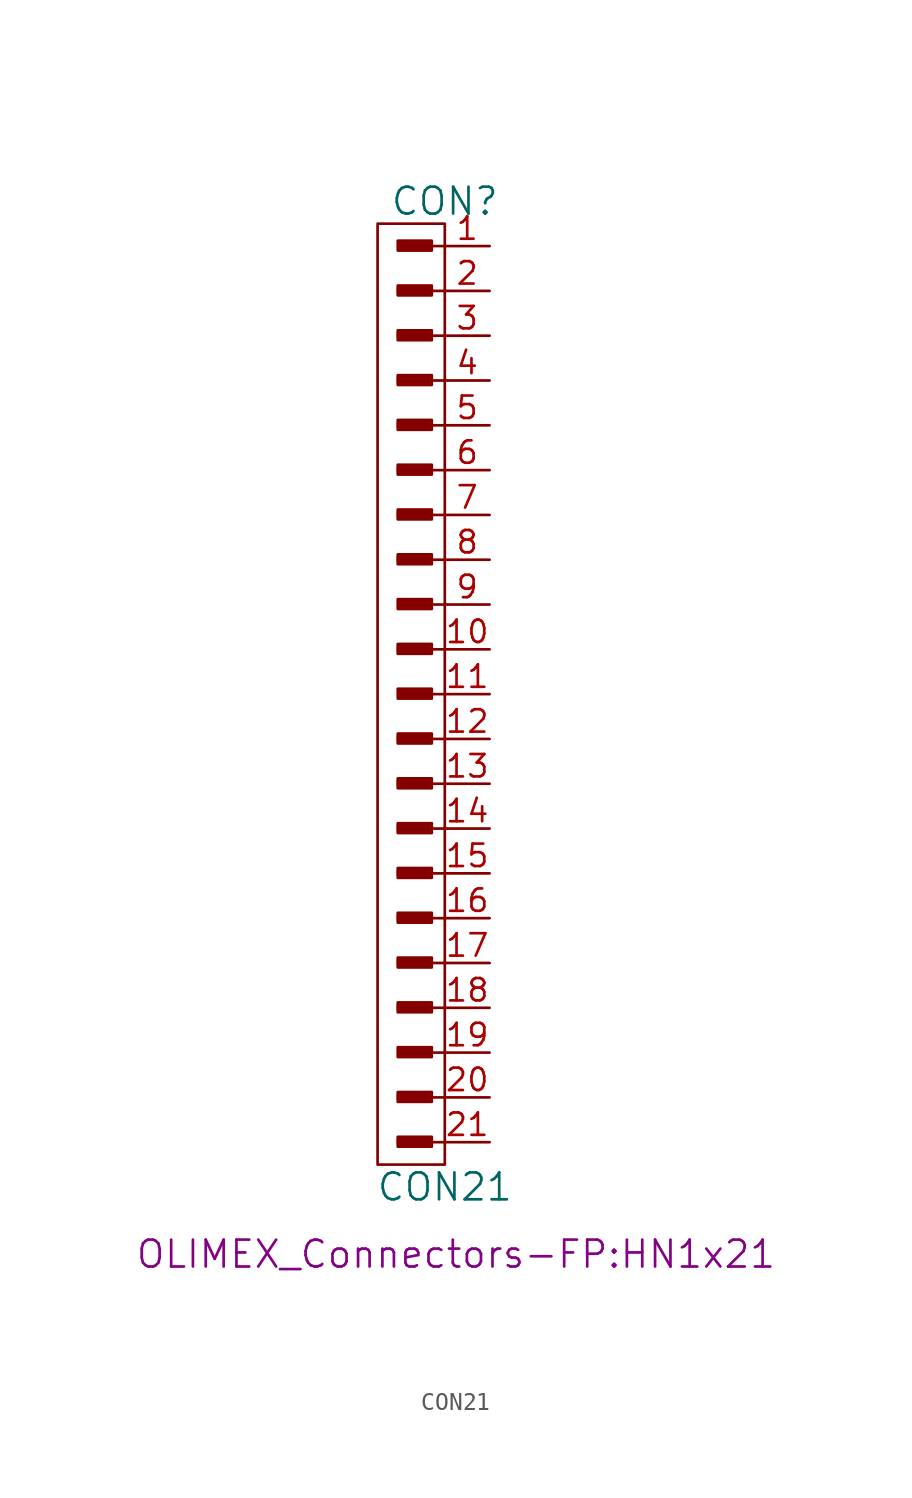
<source format=kicad_sym>
(kicad_symbol_lib
  (version 20220914)
  (generator kicad_symbol_editor)
  (symbol "CON21"
    (pin_names
      (offset 1.016))
    (property "Reference" "CON"
      (at 0 27.94 0)
      (effects (font (size 1.524 1.524))))
    (property "Value" "CON21"
      (at 0 -27.94 0)
      (effects (font (size 1.524 1.524))))
    (property "Footprint" "OLIMEX_Connectors-FP:HN1x21"
      (at 0.635 -31.75 0)
      (effects (font (size 1.524 1.524))))
    (property "Datasheet" ""
      (at -1.905 24.13 0)
      (effects (font (size 1.524 1.524))))
    (symbol "CON21_0_0"
      (rectangle (start -2.642 -25.552) (end -0.864 -25.197) (stroke (width 0) (type solid)) (fill (type none)))
      (rectangle (start -2.642 -23.012) (end -0.864 -22.657) (stroke (width 0) (type solid)) (fill (type none)))
      (rectangle (start -2.642 -17.932) (end -0.864 -17.577) (stroke (width 0) (type solid)) (fill (type none)))
      (rectangle (start -2.642 -15.392) (end -0.864 -15.037) (stroke (width 0) (type solid)) (fill (type none)))
      (rectangle (start -2.642 -12.852) (end -0.864 -12.497) (stroke (width 0) (type solid)) (fill (type none)))
      (rectangle (start -2.642 -10.312) (end -0.864 -9.957) (stroke (width 0) (type solid)) (fill (type none)))
      (rectangle (start -2.642 -7.772) (end -0.864 -7.417) (stroke (width 0) (type solid)) (fill (type none)))
      (rectangle (start -2.642 -5.232) (end -0.864 -4.877) (stroke (width 0) (type solid)) (fill (type none)))
      (rectangle (start -2.642 -2.692) (end -0.864 -2.337) (stroke (width 0) (type solid)) (fill (type none)))
      (rectangle (start -2.642 2.388) (end -0.864 2.743) (stroke (width 0) (type solid)) (fill (type none)))
      (rectangle (start -2.642 7.468) (end -0.864 7.823) (stroke (width 0) (type solid)) (fill (type none)))
      (rectangle (start -2.642 10.008) (end -0.864 10.363) (stroke (width 0) (type solid)) (fill (type none)))
      (rectangle (start -2.642 12.548) (end -0.864 12.903) (stroke (width 0) (type solid)) (fill (type none)))
      (rectangle (start -2.642 15.088) (end -0.864 15.443) (stroke (width 0) (type solid)) (fill (type none)))
      (rectangle (start -2.642 17.628) (end -0.864 17.983) (stroke (width 0) (type solid)) (fill (type none)))
      (rectangle (start -2.642 20.168) (end -0.864 20.523) (stroke (width 0) (type solid)) (fill (type none)))
      (rectangle (start -2.642 22.708) (end -0.864 23.063) (stroke (width 0) (type solid)) (fill (type none)))
      (rectangle (start -2.616 -25.451) (end -0.965 -25.349) (stroke (width 0) (type solid)) (fill (type none)))
      (rectangle (start -2.616 -22.911) (end -0.965 -22.809) (stroke (width 0) (type solid)) (fill (type none)))
      (rectangle (start -2.616 -20.472) (end -0.838 -20.117) (stroke (width 0) (type solid)) (fill (type none)))
      (rectangle (start -2.616 -17.831) (end -0.965 -17.729) (stroke (width 0) (type solid)) (fill (type none)))
      (rectangle (start -2.616 -15.291) (end -0.965 -15.189) (stroke (width 0) (type solid)) (fill (type none)))
      (rectangle (start -2.616 -12.751) (end -0.965 -12.649) (stroke (width 0) (type solid)) (fill (type none)))
      (rectangle (start -2.616 -10.211) (end -0.965 -10.109) (stroke (width 0) (type solid)) (fill (type none)))
      (rectangle (start -2.616 -7.671) (end -0.965 -7.569) (stroke (width 0) (type solid)) (fill (type none)))
      (rectangle (start -2.616 -5.131) (end -0.965 -5.029) (stroke (width 0) (type solid)) (fill (type none)))
      (rectangle (start -2.616 -2.591) (end -0.965 -2.489) (stroke (width 0) (type solid)) (fill (type none)))
      (rectangle (start -2.616 -0.152) (end -0.838 0.203) (stroke (width 0) (type solid)) (fill (type none)))
      (rectangle (start -2.616 2.489) (end -0.965 2.591) (stroke (width 0) (type solid)) (fill (type none)))
      (rectangle (start -2.616 4.928) (end -0.838 5.283) (stroke (width 0) (type solid)) (fill (type none)))
      (rectangle (start -2.616 7.569) (end -0.965 7.671) (stroke (width 0) (type solid)) (fill (type none)))
      (rectangle (start -2.616 10.109) (end -0.965 10.211) (stroke (width 0) (type solid)) (fill (type none)))
      (rectangle (start -2.616 12.649) (end -0.965 12.751) (stroke (width 0) (type solid)) (fill (type none)))
      (rectangle (start -2.616 15.189) (end -0.965 15.291) (stroke (width 0) (type solid)) (fill (type none)))
      (rectangle (start -2.616 17.729) (end -0.965 17.831) (stroke (width 0) (type solid)) (fill (type none)))
      (rectangle (start -2.616 20.269) (end -0.965 20.371) (stroke (width 0) (type solid)) (fill (type none)))
      (rectangle (start -2.616 22.809) (end -0.965 22.911) (stroke (width 0) (type solid)) (fill (type none)))
      (rectangle (start -2.616 25.248) (end -0.838 25.603) (stroke (width 0) (type solid)) (fill (type none)))
      (rectangle (start -2.591 -20.345) (end -0.94 -20.244) (stroke (width 0) (type solid)) (fill (type none)))
      (rectangle (start -2.591 -0.025) (end -0.94 0.076) (stroke (width 0) (type solid)) (fill (type none)))
      (rectangle (start -2.591 5.055) (end -0.94 5.156) (stroke (width 0) (type solid)) (fill (type none)))
      (rectangle (start -2.591 25.375) (end -0.94 25.476) (stroke (width 0) (type solid)) (fill (type none)))
      (rectangle (start -0.965 -25.273) (end -2.642 -25.476) (stroke (width 0) (type solid)) (fill (type none)))
      (rectangle (start -0.965 -22.733) (end -2.642 -22.936) (stroke (width 0) (type solid)) (fill (type none)))
      (rectangle (start -0.965 -17.653) (end -2.642 -17.856) (stroke (width 0) (type solid)) (fill (type none)))
      (rectangle (start -0.965 -15.113) (end -2.642 -15.316) (stroke (width 0) (type solid)) (fill (type none)))
      (rectangle (start -0.965 -12.573) (end -2.642 -12.776) (stroke (width 0) (type solid)) (fill (type none)))
      (rectangle (start -0.965 -10.033) (end -2.642 -10.236) (stroke (width 0) (type solid)) (fill (type none)))
      (rectangle (start -0.965 -7.493) (end -2.642 -7.696) (stroke (width 0) (type solid)) (fill (type none)))
      (rectangle (start -0.965 -4.953) (end -2.642 -5.156) (stroke (width 0) (type solid)) (fill (type none)))
      (rectangle (start -0.965 -2.413) (end -2.642 -2.616) (stroke (width 0) (type solid)) (fill (type none)))
      (rectangle (start -0.965 2.667) (end -2.642 2.464) (stroke (width 0) (type solid)) (fill (type none)))
      (rectangle (start -0.965 7.747) (end -2.642 7.544) (stroke (width 0) (type solid)) (fill (type none)))
      (rectangle (start -0.965 10.287) (end -2.642 10.084) (stroke (width 0) (type solid)) (fill (type none)))
      (rectangle (start -0.965 12.827) (end -2.642 12.624) (stroke (width 0) (type solid)) (fill (type none)))
      (rectangle (start -0.965 15.367) (end -2.642 15.164) (stroke (width 0) (type solid)) (fill (type none)))
      (rectangle (start -0.965 17.907) (end -2.642 17.704) (stroke (width 0) (type solid)) (fill (type none)))
      (rectangle (start -0.965 20.447) (end -2.642 20.244) (stroke (width 0) (type solid)) (fill (type none)))
      (rectangle (start -0.965 22.987) (end -2.642 22.784) (stroke (width 0) (type solid)) (fill (type none)))
      (rectangle (start -0.864 -20.218) (end -2.54 -20.422) (stroke (width 0) (type solid)) (fill (type none)))
      (rectangle (start -0.864 0.102) (end -2.54 -0.102) (stroke (width 0) (type solid)) (fill (type none)))
      (rectangle (start -0.864 5.182) (end -2.54 4.978) (stroke (width 0) (type solid)) (fill (type none)))
      (rectangle (start -0.864 25.502) (end -2.54 25.298) (stroke (width 0) (type solid)) (fill (type none)))
      (rectangle (start -0.737 -25.095) (end -2.667 -25.654) (stroke (width 0) (type solid)) (fill (type none)))
      (rectangle (start -0.737 -22.555) (end -2.667 -23.114) (stroke (width 0) (type solid)) (fill (type none)))
      (rectangle (start -0.737 -20.015) (end -2.667 -20.574) (stroke (width 0) (type solid)) (fill (type none)))
      (rectangle (start -0.737 -17.475) (end -2.667 -18.034) (stroke (width 0) (type solid)) (fill (type none)))
      (rectangle (start -0.737 -14.935) (end -2.667 -15.494) (stroke (width 0) (type solid)) (fill (type none)))
      (rectangle (start -0.737 -12.395) (end -2.667 -12.954) (stroke (width 0) (type solid)) (fill (type none)))
      (rectangle (start -0.737 -9.855) (end -2.667 -10.414) (stroke (width 0) (type solid)) (fill (type none)))
      (rectangle (start -0.737 -7.315) (end -2.667 -7.874) (stroke (width 0) (type solid)) (fill (type none)))
      (rectangle (start -0.737 -4.775) (end -2.667 -5.334) (stroke (width 0) (type solid)) (fill (type none)))
      (rectangle (start -0.737 -2.235) (end -2.667 -2.794) (stroke (width 0) (type solid)) (fill (type none)))
      (rectangle (start -0.737 0.305) (end -2.667 -0.254) (stroke (width 0) (type solid)) (fill (type none)))
      (rectangle (start -0.737 2.845) (end -2.667 2.286) (stroke (width 0) (type solid)) (fill (type none)))
      (rectangle (start -0.737 5.385) (end -2.667 4.826) (stroke (width 0) (type solid)) (fill (type none)))
      (rectangle (start -0.737 7.925) (end -2.667 7.366) (stroke (width 0) (type solid)) (fill (type none)))
      (rectangle (start -0.737 10.465) (end -2.667 9.906) (stroke (width 0) (type solid)) (fill (type none)))
      (rectangle (start -0.737 13.005) (end -2.667 12.446) (stroke (width 0) (type solid)) (fill (type none)))
      (rectangle (start -0.737 15.545) (end -2.667 14.986) (stroke (width 0) (type solid)) (fill (type none)))
      (rectangle (start -0.737 18.085) (end -2.667 17.526) (stroke (width 0) (type solid)) (fill (type none)))
      (rectangle (start -0.737 20.625) (end -2.667 20.066) (stroke (width 0) (type solid)) (fill (type none)))
      (rectangle (start -0.737 23.165) (end -2.667 22.606) (stroke (width 0) (type solid)) (fill (type none)))
      (rectangle (start -0.737 25.705) (end -2.667 25.146) (stroke (width 0) (type solid)) (fill (type none)))
      (polyline (pts (xy 0 -25.4) (xy -0.762 -25.4)) (stroke (width 0) (type solid)) (fill (type none)))
      (polyline (pts (xy 0 -22.86) (xy -0.762 -22.86)) (stroke (width 0) (type solid)) (fill (type none)))
      (polyline (pts (xy 0 -20.32) (xy -0.762 -20.32)) (stroke (width 0) (type solid)) (fill (type none)))
      (polyline (pts (xy 0 -17.78) (xy -0.762 -17.78)) (stroke (width 0) (type solid)) (fill (type none)))
      (polyline (pts (xy 0 -15.24) (xy -0.762 -15.24)) (stroke (width 0) (type solid)) (fill (type none)))
      (polyline (pts (xy 0 -12.7) (xy -0.762 -12.7)) (stroke (width 0) (type solid)) (fill (type none)))
      (polyline (pts (xy 0 -10.16) (xy -0.762 -10.16)) (stroke (width 0) (type solid)) (fill (type none)))
      (polyline (pts (xy 0 -7.62) (xy -0.762 -7.62)) (stroke (width 0) (type solid)) (fill (type none)))
      (polyline (pts (xy 0 -5.08) (xy -0.762 -5.08)) (stroke (width 0) (type solid)) (fill (type none)))
      (polyline (pts (xy 0 -2.54) (xy -0.762 -2.54)) (stroke (width 0) (type solid)) (fill (type none)))
      (polyline (pts (xy 0 0) (xy -0.762 0)) (stroke (width 0) (type solid)) (fill (type none)))
      (polyline (pts (xy 0 2.54) (xy -0.762 2.54)) (stroke (width 0) (type solid)) (fill (type none)))
      (polyline (pts (xy 0 5.08) (xy -0.762 5.08)) (stroke (width 0) (type solid)) (fill (type none)))
      (polyline (pts (xy 0 7.62) (xy -0.762 7.62)) (stroke (width 0) (type solid)) (fill (type none)))
      (polyline (pts (xy 0 10.16) (xy -0.762 10.16)) (stroke (width 0) (type solid)) (fill (type none)))
      (polyline (pts (xy 0 12.7) (xy -0.762 12.7)) (stroke (width 0) (type solid)) (fill (type none)))
      (polyline (pts (xy 0 15.24) (xy -0.762 15.24)) (stroke (width 0) (type solid)) (fill (type none)))
      (polyline (pts (xy 0 17.78) (xy -0.762 17.78)) (stroke (width 0) (type solid)) (fill (type none)))
      (polyline (pts (xy 0 20.32) (xy -0.762 20.32)) (stroke (width 0) (type solid)) (fill (type none)))
      (polyline (pts (xy 0 22.86) (xy -0.762 22.86)) (stroke (width 0) (type solid)) (fill (type none)))
      (polyline (pts (xy 0 25.4) (xy -0.762 25.4)) (stroke (width 0) (type solid)) (fill (type none))))
    (symbol "CON21_0_1"
      (rectangle (start 0 -26.67) (end -3.81 26.67) (stroke (width 0) (type solid)) (fill (type none))))
    (symbol "CON21_1_1"
      (pin passive line (at 2.54 25.4 180) (length 2.54) (name "~" (effects (font (size 1.27 1.27)))) (number "1" (effects (font (size 1.27 1.27)))))
      (pin passive line (at 2.54 2.54 180) (length 2.54) (name "~" (effects (font (size 1.27 1.27)))) (number "10" (effects (font (size 1.27 1.27)))))
      (pin passive line (at 2.54 0 180) (length 2.54) (name "~" (effects (font (size 1.27 1.27)))) (number "11" (effects (font (size 1.27 1.27)))))
      (pin passive line (at 2.54 -2.54 180) (length 2.54) (name "~" (effects (font (size 1.27 1.27)))) (number "12" (effects (font (size 1.27 1.27)))))
      (pin passive line (at 2.54 -5.08 180) (length 2.54) (name "~" (effects (font (size 1.27 1.27)))) (number "13" (effects (font (size 1.27 1.27)))))
      (pin passive line (at 2.54 -7.62 180) (length 2.54) (name "~" (effects (font (size 1.27 1.27)))) (number "14" (effects (font (size 1.27 1.27)))))
      (pin passive line (at 2.54 -10.16 180) (length 2.54) (name "~" (effects (font (size 1.27 1.27)))) (number "15" (effects (font (size 1.27 1.27)))))
      (pin passive line (at 2.54 -12.7 180) (length 2.54) (name "~" (effects (font (size 1.27 1.27)))) (number "16" (effects (font (size 1.27 1.27)))))
      (pin passive line (at 2.54 -15.24 180) (length 2.54) (name "~" (effects (font (size 1.27 1.27)))) (number "17" (effects (font (size 1.27 1.27)))))
      (pin passive line (at 2.54 -17.78 180) (length 2.54) (name "~" (effects (font (size 1.27 1.27)))) (number "18" (effects (font (size 1.27 1.27)))))
      (pin passive line (at 2.54 -20.32 180) (length 2.54) (name "~" (effects (font (size 1.27 1.27)))) (number "19" (effects (font (size 1.27 1.27)))))
      (pin passive line (at 2.54 22.86 180) (length 2.54) (name "~" (effects (font (size 1.27 1.27)))) (number "2" (effects (font (size 1.27 1.27)))))
      (pin passive line (at 2.54 -22.86 180) (length 2.54) (name "~" (effects (font (size 1.27 1.27)))) (number "20" (effects (font (size 1.27 1.27)))))
      (pin passive line (at 2.54 -25.4 180) (length 2.54) (name "~" (effects (font (size 1.27 1.27)))) (number "21" (effects (font (size 1.27 1.27)))))
      (pin passive line (at 2.54 20.32 180) (length 2.54) (name "~" (effects (font (size 1.27 1.27)))) (number "3" (effects (font (size 1.27 1.27)))))
      (pin passive line (at 2.54 17.78 180) (length 2.54) (name "~" (effects (font (size 1.27 1.27)))) (number "4" (effects (font (size 1.27 1.27)))))
      (pin passive line (at 2.54 15.24 180) (length 2.54) (name "~" (effects (font (size 1.27 1.27)))) (number "5" (effects (font (size 1.27 1.27)))))
      (pin passive line (at 2.54 12.7 180) (length 2.54) (name "~" (effects (font (size 1.27 1.27)))) (number "6" (effects (font (size 1.27 1.27)))))
      (pin passive line (at 2.54 10.16 180) (length 2.54) (name "~" (effects (font (size 1.27 1.27)))) (number "7" (effects (font (size 1.27 1.27)))))
      (pin passive line (at 2.54 7.62 180) (length 2.54) (name "~" (effects (font (size 1.27 1.27)))) (number "8" (effects (font (size 1.27 1.27)))))
      (pin passive line (at 2.54 5.08 180) (length 2.54) (name "~" (effects (font (size 1.27 1.27)))) (number "9" (effects (font (size 1.27 1.27))))))))
</source>
